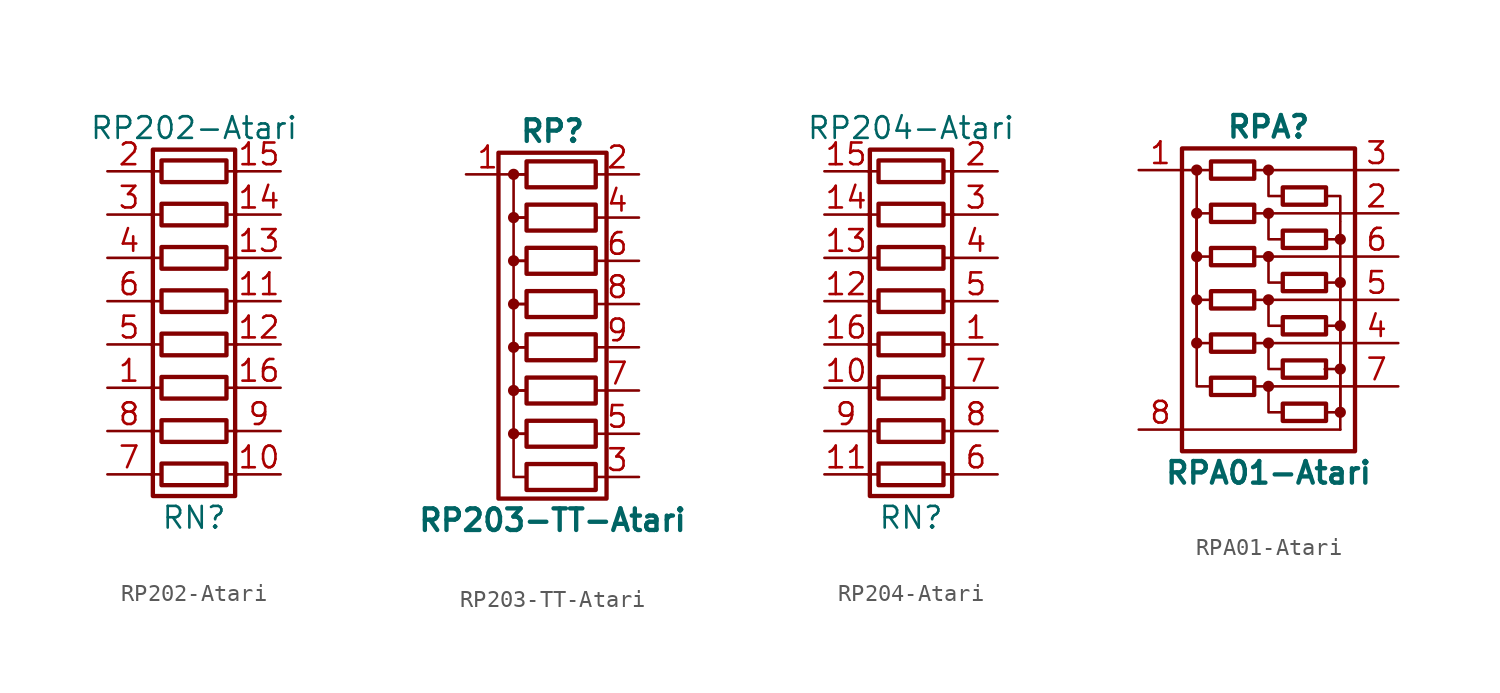
<source format=kicad_sym>
(kicad_symbol_lib
  (version 20231120)
  (generator "kicad_symbol_editor")
  (generator_version "8.0")
  (symbol "RP202-Atari"
    (pin_names
      (offset 0) hide)
    (property "Reference" "RN"
      (at 0 -11.43 0)
      (effects (font (size 1.27 1.27))))
    (property "Value" "RP202-Atari"
      (at 0 11.43 0)
      (effects (font (size 1.27 1.27))))
    (symbol "RP202-Atari_0_1"
      (rectangle (start -2.413 -10.16) (end 2.413 10.16) (stroke (width 0.254) (type solid)) (fill (type none)))
      (polyline (pts (xy -2.54 -8.89) (xy -1.905 -8.89)) (stroke (width 0) (type solid)) (fill (type none)))
      (polyline (pts (xy -2.54 -6.35) (xy -1.905 -6.35)) (stroke (width 0) (type solid)) (fill (type none)))
      (polyline (pts (xy -2.54 -3.81) (xy -1.905 -3.81)) (stroke (width 0) (type solid)) (fill (type none)))
      (polyline (pts (xy -2.54 -1.27) (xy -1.905 -1.27)) (stroke (width 0) (type solid)) (fill (type none)))
      (polyline (pts (xy -2.54 1.27) (xy -1.905 1.27)) (stroke (width 0) (type solid)) (fill (type none)))
      (polyline (pts (xy -2.54 3.81) (xy -1.905 3.81)) (stroke (width 0) (type solid)) (fill (type none)))
      (polyline (pts (xy -2.54 6.35) (xy -1.905 6.35)) (stroke (width 0) (type solid)) (fill (type none)))
      (polyline (pts (xy -2.54 8.89) (xy -1.905 8.89)) (stroke (width 0) (type solid)) (fill (type none)))
      (polyline (pts (xy 1.905 -8.89) (xy 2.54 -8.89)) (stroke (width 0) (type solid)) (fill (type none)))
      (polyline (pts (xy 1.905 -6.35) (xy 2.54 -6.35)) (stroke (width 0) (type solid)) (fill (type none)))
      (polyline (pts (xy 1.905 -3.81) (xy 2.54 -3.81)) (stroke (width 0) (type solid)) (fill (type none)))
      (polyline (pts (xy 1.905 -1.27) (xy 2.54 -1.27)) (stroke (width 0) (type solid)) (fill (type none)))
      (polyline (pts (xy 1.905 1.27) (xy 2.54 1.27)) (stroke (width 0) (type solid)) (fill (type none)))
      (polyline (pts (xy 1.905 3.81) (xy 2.54 3.81)) (stroke (width 0) (type solid)) (fill (type none)))
      (polyline (pts (xy 1.905 6.35) (xy 2.54 6.35)) (stroke (width 0) (type solid)) (fill (type none)))
      (polyline (pts (xy 1.905 8.89) (xy 2.54 8.89)) (stroke (width 0) (type solid)) (fill (type none)))
      (rectangle (start 1.905 -9.525) (end -1.905 -8.255) (stroke (width 0.254) (type solid)) (fill (type none)))
      (rectangle (start 1.905 -6.985) (end -1.905 -5.715) (stroke (width 0.254) (type solid)) (fill (type none)))
      (rectangle (start 1.905 -4.445) (end -1.905 -3.175) (stroke (width 0.254) (type solid)) (fill (type none)))
      (rectangle (start 1.905 -1.905) (end -1.905 -0.635) (stroke (width 0.254) (type solid)) (fill (type none)))
      (rectangle (start 1.905 0.635) (end -1.905 1.905) (stroke (width 0.254) (type solid)) (fill (type none)))
      (rectangle (start 1.905 3.175) (end -1.905 4.445) (stroke (width 0.254) (type solid)) (fill (type none)))
      (rectangle (start 1.905 5.715) (end -1.905 6.985) (stroke (width 0.254) (type solid)) (fill (type none)))
      (rectangle (start 1.905 8.255) (end -1.905 9.525) (stroke (width 0.254) (type solid)) (fill (type none))))
    (symbol "RP202-Atari_1_1"
      (pin passive line (at -5.08 -3.81 0) (length 2.54) (name "R3.1" (effects (font (size 1.27 1.27)))) (number "1" (effects (font (size 1.27 1.27)))))
      (pin passive line (at 5.08 -8.89 180) (length 2.54) (name "R1.2" (effects (font (size 1.27 1.27)))) (number "10" (effects (font (size 1.27 1.27)))))
      (pin passive line (at 5.08 1.27 180) (length 2.54) (name "R5.2" (effects (font (size 1.27 1.27)))) (number "11" (effects (font (size 1.27 1.27)))))
      (pin passive line (at 5.08 -1.27 180) (length 2.54) (name "R4.2" (effects (font (size 1.27 1.27)))) (number "12" (effects (font (size 1.27 1.27)))))
      (pin passive line (at 5.08 3.81 180) (length 2.54) (name "R6.2" (effects (font (size 1.27 1.27)))) (number "13" (effects (font (size 1.27 1.27)))))
      (pin passive line (at 5.08 6.35 180) (length 2.54) (name "R7.2" (effects (font (size 1.27 1.27)))) (number "14" (effects (font (size 1.27 1.27)))))
      (pin passive line (at 5.08 8.89 180) (length 2.54) (name "R8.2" (effects (font (size 1.27 1.27)))) (number "15" (effects (font (size 1.27 1.27)))))
      (pin passive line (at 5.08 -3.81 180) (length 2.54) (name "R3.2" (effects (font (size 1.27 1.27)))) (number "16" (effects (font (size 1.27 1.27)))))
      (pin passive line (at -5.08 8.89 0) (length 2.54) (name "R8.1" (effects (font (size 1.27 1.27)))) (number "2" (effects (font (size 1.27 1.27)))))
      (pin passive line (at -5.08 6.35 0) (length 2.54) (name "R7.1" (effects (font (size 1.27 1.27)))) (number "3" (effects (font (size 1.27 1.27)))))
      (pin passive line (at -5.08 3.81 0) (length 2.54) (name "R6.1" (effects (font (size 1.27 1.27)))) (number "4" (effects (font (size 1.27 1.27)))))
      (pin passive line (at -5.08 -1.27 0) (length 2.54) (name "R4.1" (effects (font (size 1.27 1.27)))) (number "5" (effects (font (size 1.27 1.27)))))
      (pin passive line (at -5.08 1.27 0) (length 2.54) (name "R5.1" (effects (font (size 1.27 1.27)))) (number "6" (effects (font (size 1.27 1.27)))))
      (pin passive line (at -5.08 -8.89 0) (length 2.54) (name "R1.1" (effects (font (size 1.27 1.27)))) (number "7" (effects (font (size 1.27 1.27)))))
      (pin passive line (at -5.08 -6.35 0) (length 2.54) (name "R2.1" (effects (font (size 1.27 1.27)))) (number "8" (effects (font (size 1.27 1.27)))))
      (pin passive line (at 5.08 -6.35 180) (length 2.54) (name "R2.2" (effects (font (size 1.27 1.27)))) (number "9" (effects (font (size 1.27 1.27)))))))
  (symbol "RP203-TT-Atari"
    (pin_names
      (offset 0) hide)
    (property "Reference" "RP"
      (at -1.27 11.43 0)
      (effects (font (size 1.27 1.27) (bold yes))))
    (property "Value" "RP203-TT-Atari"
      (at -1.27 -11.43 0)
      (effects (font (size 1.27 1.27) (bold yes))))
    (symbol "RP203-TT-Atari_0_1"
      (circle (center -3.556 -6.35) (radius 0.254) (stroke (width 0) (type solid)) (fill (type outline)))
      (circle (center -3.556 -3.81) (radius 0.254) (stroke (width 0) (type solid)) (fill (type outline)))
      (circle (center -3.556 -1.27) (radius 0.254) (stroke (width 0) (type solid)) (fill (type outline)))
      (circle (center -3.556 1.27) (radius 0.254) (stroke (width 0) (type solid)) (fill (type outline)))
      (circle (center -3.556 3.81) (radius 0.254) (stroke (width 0) (type solid)) (fill (type outline)))
      (circle (center -3.556 6.35) (radius 0.254) (stroke (width 0) (type solid)) (fill (type outline)))
      (circle (center -3.556 8.89) (radius 0.254) (stroke (width 0) (type solid)) (fill (type outline)))
      (rectangle (start -2.794 -8.128) (end 1.27 -9.652) (stroke (width 0.254) (type solid)) (fill (type none)))
      (rectangle (start -2.794 -5.588) (end 1.27 -7.112) (stroke (width 0.254) (type solid)) (fill (type none)))
      (rectangle (start -2.794 -3.048) (end 1.27 -4.572) (stroke (width 0.254) (type solid)) (fill (type none)))
      (rectangle (start -2.794 -0.508) (end 1.27 -2.032) (stroke (width 0.254) (type solid)) (fill (type none)))
      (rectangle (start -2.794 2.032) (end 1.27 0.508) (stroke (width 0.254) (type solid)) (fill (type none)))
      (rectangle (start -2.794 4.572) (end 1.27 3.048) (stroke (width 0.254) (type solid)) (fill (type none)))
      (rectangle (start -2.794 7.112) (end 1.27 5.588) (stroke (width 0.254) (type solid)) (fill (type none)))
      (rectangle (start -2.794 9.652) (end 1.27 8.128) (stroke (width 0.254) (type solid)) (fill (type none)))
      (polyline (pts (xy -3.81 8.89) (xy -2.794 8.89)) (stroke (width 0) (type solid)) (fill (type none)))
      (polyline (pts (xy -2.794 -6.35) (xy -3.556 -6.35) (xy -3.556 -8.89) (xy -2.794 -8.89)) (stroke (width 0) (type solid)) (fill (type none)))
      (polyline (pts (xy -2.794 -3.81) (xy -3.556 -3.81) (xy -3.556 -6.35) (xy -2.794 -6.35)) (stroke (width 0) (type solid)) (fill (type none)))
      (polyline (pts (xy -2.794 -1.27) (xy -3.556 -1.27) (xy -3.556 -3.81) (xy -2.794 -3.81)) (stroke (width 0) (type solid)) (fill (type none)))
      (polyline (pts (xy -2.794 1.27) (xy -3.556 1.27) (xy -3.556 -1.27) (xy -2.794 -1.27)) (stroke (width 0) (type solid)) (fill (type none)))
      (polyline (pts (xy -2.794 3.81) (xy -3.556 3.81) (xy -3.556 1.27) (xy -2.794 1.27)) (stroke (width 0) (type solid)) (fill (type none)))
      (polyline (pts (xy -2.794 6.35) (xy -3.556 6.35) (xy -3.556 3.81) (xy -2.794 3.81)) (stroke (width 0) (type solid)) (fill (type none)))
      (polyline (pts (xy -2.794 8.89) (xy -3.556 8.89) (xy -3.556 6.35) (xy -2.794 6.35)) (stroke (width 0) (type solid)) (fill (type none)))
      (rectangle (start 1.905 10.16) (end -4.445 -10.16) (stroke (width 0.254) (type solid)) (fill (type none))))
    (symbol "RP203-TT-Atari_1_1"
      (pin passive line (at -6.35 8.89 0) (length 2.54) (name "common" (effects (font (size 1.27 1.27)))) (number "1" (effects (font (size 1.27 1.27)))))
      (pin passive line (at 3.81 8.89 180) (length 2.54) (name "R1" (effects (font (size 1.27 1.27)))) (number "2" (effects (font (size 1.27 1.27)))))
      (pin passive line (at 3.81 -8.89 180) (length 2.54) (name "R8" (effects (font (size 1.27 1.27)))) (number "3" (effects (font (size 1.27 1.27)))))
      (pin passive line (at 3.81 6.35 180) (length 2.54) (name "R2" (effects (font (size 1.27 1.27)))) (number "4" (effects (font (size 1.27 1.27)))))
      (pin passive line (at 3.81 -6.35 180) (length 2.54) (name "R7" (effects (font (size 1.27 1.27)))) (number "5" (effects (font (size 1.27 1.27)))))
      (pin passive line (at 3.81 3.81 180) (length 2.54) (name "R3" (effects (font (size 1.27 1.27)))) (number "6" (effects (font (size 1.27 1.27)))))
      (pin passive line (at 3.81 -3.81 180) (length 2.54) (name "R6" (effects (font (size 1.27 1.27)))) (number "7" (effects (font (size 1.27 1.27)))))
      (pin passive line (at 3.81 1.27 180) (length 2.54) (name "R4" (effects (font (size 1.27 1.27)))) (number "8" (effects (font (size 1.27 1.27)))))
      (pin passive line (at 3.81 -1.27 180) (length 2.54) (name "R5" (effects (font (size 1.27 1.27)))) (number "9" (effects (font (size 1.27 1.27)))))))
  (symbol "RP204-Atari"
    (pin_names
      (offset 0) hide)
    (property "Reference" "RN"
      (at 0 -11.43 0)
      (effects (font (size 1.27 1.27))))
    (property "Value" "RP204-Atari"
      (at 0 11.43 0)
      (effects (font (size 1.27 1.27))))
    (symbol "RP204-Atari_0_1"
      (rectangle (start -1.905 -9.525) (end 1.905 -8.255) (stroke (width 0.254) (type solid)) (fill (type none)))
      (rectangle (start -1.905 -6.985) (end 1.905 -5.715) (stroke (width 0.254) (type solid)) (fill (type none)))
      (rectangle (start -1.905 -4.445) (end 1.905 -3.175) (stroke (width 0.254) (type solid)) (fill (type none)))
      (rectangle (start -1.905 -1.905) (end 1.905 -0.635) (stroke (width 0.254) (type solid)) (fill (type none)))
      (rectangle (start -1.905 0.635) (end 1.905 1.905) (stroke (width 0.254) (type solid)) (fill (type none)))
      (rectangle (start -1.905 3.175) (end 1.905 4.445) (stroke (width 0.254) (type solid)) (fill (type none)))
      (rectangle (start -1.905 5.715) (end 1.905 6.985) (stroke (width 0.254) (type solid)) (fill (type none)))
      (rectangle (start -1.905 8.255) (end 1.905 9.525) (stroke (width 0.254) (type solid)) (fill (type none)))
      (polyline (pts (xy -1.905 -8.89) (xy -2.54 -8.89)) (stroke (width 0) (type solid)) (fill (type none)))
      (polyline (pts (xy -1.905 -6.35) (xy -2.54 -6.35)) (stroke (width 0) (type solid)) (fill (type none)))
      (polyline (pts (xy -1.905 -3.81) (xy -2.54 -3.81)) (stroke (width 0) (type solid)) (fill (type none)))
      (polyline (pts (xy -1.905 -1.27) (xy -2.54 -1.27)) (stroke (width 0) (type solid)) (fill (type none)))
      (polyline (pts (xy -1.905 1.27) (xy -2.54 1.27)) (stroke (width 0) (type solid)) (fill (type none)))
      (polyline (pts (xy -1.905 3.81) (xy -2.54 3.81)) (stroke (width 0) (type solid)) (fill (type none)))
      (polyline (pts (xy -1.905 6.35) (xy -2.54 6.35)) (stroke (width 0) (type solid)) (fill (type none)))
      (polyline (pts (xy -1.905 8.89) (xy -2.54 8.89)) (stroke (width 0) (type solid)) (fill (type none)))
      (polyline (pts (xy 2.54 -8.89) (xy 1.905 -8.89)) (stroke (width 0) (type solid)) (fill (type none)))
      (polyline (pts (xy 2.54 -6.35) (xy 1.905 -6.35)) (stroke (width 0) (type solid)) (fill (type none)))
      (polyline (pts (xy 2.54 -3.81) (xy 1.905 -3.81)) (stroke (width 0) (type solid)) (fill (type none)))
      (polyline (pts (xy 2.54 -1.27) (xy 1.905 -1.27)) (stroke (width 0) (type solid)) (fill (type none)))
      (polyline (pts (xy 2.54 1.27) (xy 1.905 1.27)) (stroke (width 0) (type solid)) (fill (type none)))
      (polyline (pts (xy 2.54 3.81) (xy 1.905 3.81)) (stroke (width 0) (type solid)) (fill (type none)))
      (polyline (pts (xy 2.54 6.35) (xy 1.905 6.35)) (stroke (width 0) (type solid)) (fill (type none)))
      (polyline (pts (xy 2.54 8.89) (xy 1.905 8.89)) (stroke (width 0) (type solid)) (fill (type none)))
      (rectangle (start 2.413 -10.16) (end -2.413 10.16) (stroke (width 0.254) (type solid)) (fill (type none))))
    (symbol "RP204-Atari_1_1"
      (pin passive line (at 5.08 -1.27 180) (length 2.54) (name "R4.1" (effects (font (size 1.27 1.27)))) (number "1" (effects (font (size 1.27 1.27)))))
      (pin passive line (at -5.08 -3.81 0) (length 2.54) (name "R1.2" (effects (font (size 1.27 1.27)))) (number "10" (effects (font (size 1.27 1.27)))))
      (pin passive line (at -5.08 -8.89 0) (length 2.54) (name "R5.2" (effects (font (size 1.27 1.27)))) (number "11" (effects (font (size 1.27 1.27)))))
      (pin passive line (at -5.08 1.27 0) (length 2.54) (name "R4.2" (effects (font (size 1.27 1.27)))) (number "12" (effects (font (size 1.27 1.27)))))
      (pin passive line (at -5.08 3.81 0) (length 2.54) (name "R6.2" (effects (font (size 1.27 1.27)))) (number "13" (effects (font (size 1.27 1.27)))))
      (pin passive line (at -5.08 6.35 0) (length 2.54) (name "R7.2" (effects (font (size 1.27 1.27)))) (number "14" (effects (font (size 1.27 1.27)))))
      (pin passive line (at -5.08 8.89 0) (length 2.54) (name "R8.2" (effects (font (size 1.27 1.27)))) (number "15" (effects (font (size 1.27 1.27)))))
      (pin passive line (at -5.08 -1.27 0) (length 2.54) (name "R3.2" (effects (font (size 1.27 1.27)))) (number "16" (effects (font (size 1.27 1.27)))))
      (pin passive line (at 5.08 8.89 180) (length 2.54) (name "R8.1" (effects (font (size 1.27 1.27)))) (number "2" (effects (font (size 1.27 1.27)))))
      (pin passive line (at 5.08 6.35 180) (length 2.54) (name "R7.1" (effects (font (size 1.27 1.27)))) (number "3" (effects (font (size 1.27 1.27)))))
      (pin passive line (at 5.08 3.81 180) (length 2.54) (name "R6.1" (effects (font (size 1.27 1.27)))) (number "4" (effects (font (size 1.27 1.27)))))
      (pin passive line (at 5.08 1.27 180) (length 2.54) (name "R5.1" (effects (font (size 1.27 1.27)))) (number "5" (effects (font (size 1.27 1.27)))))
      (pin passive line (at 5.08 -8.89 180) (length 2.54) (name "R1.1" (effects (font (size 1.27 1.27)))) (number "6" (effects (font (size 1.27 1.27)))))
      (pin passive line (at 5.08 -3.81 180) (length 2.54) (name "R3.1" (effects (font (size 1.27 1.27)))) (number "7" (effects (font (size 1.27 1.27)))))
      (pin passive line (at 5.08 -6.35 180) (length 2.54) (name "R2.1" (effects (font (size 1.27 1.27)))) (number "8" (effects (font (size 1.27 1.27)))))
      (pin passive line (at -5.08 -6.35 0) (length 2.54) (name "R2.2" (effects (font (size 1.27 1.27)))) (number "9" (effects (font (size 1.27 1.27)))))))
  (symbol "RPA01-Atari"
    (pin_names
      (offset 0) hide)
    (property "Reference" "RPA"
      (at 0 10.16 0)
      (effects (font (size 1.27 1.27) (bold yes))))
    (property "Value" "RPA01-Atari"
      (at 0 -10.16 0)
      (effects (font (size 1.27 1.27) (bold yes))))
    (symbol "RPA01-Atari_0_1"
      (circle (center -4.216 -2.54) (radius 0.254) (stroke (width 0) (type solid)) (fill (type outline)))
      (circle (center -4.216 0) (radius 0.254) (stroke (width 0) (type solid)) (fill (type outline)))
      (circle (center -4.216 2.54) (radius 0.254) (stroke (width 0) (type solid)) (fill (type outline)))
      (circle (center -4.216 5.08) (radius 0.254) (stroke (width 0) (type solid)) (fill (type outline)))
      (circle (center -4.216 7.62) (radius 0.254) (stroke (width 0) (type solid)) (fill (type outline)))
      (rectangle (start -3.378 -4.572) (end -0.838 -5.588) (stroke (width 0.254) (type solid)) (fill (type none)))
      (rectangle (start -3.378 -2.032) (end -0.838 -3.048) (stroke (width 0.254) (type solid)) (fill (type none)))
      (rectangle (start -3.378 0.508) (end -0.838 -0.508) (stroke (width 0.254) (type solid)) (fill (type none)))
      (rectangle (start -3.378 3.048) (end -0.838 2.032) (stroke (width 0.254) (type solid)) (fill (type none)))
      (rectangle (start -3.378 5.588) (end -0.838 4.572) (stroke (width 0.254) (type solid)) (fill (type none)))
      (rectangle (start -3.378 8.128) (end -0.838 7.112) (stroke (width 0.254) (type solid)) (fill (type none)))
      (circle (center 0 -5.08) (radius 0.254) (stroke (width 0) (type solid)) (fill (type outline)))
      (circle (center 0 -2.54) (radius 0.254) (stroke (width 0) (type solid)) (fill (type outline)))
      (polyline (pts (xy -5.08 7.62) (xy -3.378 7.62)) (stroke (width 0) (type solid)) (fill (type none)))
      (polyline (pts (xy 3.302 -4.064) (xy 4.318 -4.064)) (stroke (width 0) (type solid)) (fill (type none)))
      (polyline (pts (xy 3.404 3.556) (xy 4.166 3.556)) (stroke (width 0) (type solid)) (fill (type none)))
      (polyline (pts (xy 4.216 -7.62) (xy -5.08 -7.62)) (stroke (width 0) (type solid)) (fill (type none)))
      (polyline (pts (xy 5.08 -5.08) (xy -0.838 -5.08)) (stroke (width 0) (type solid)) (fill (type none)))
      (polyline (pts (xy 5.08 -2.54) (xy -0.838 -2.54)) (stroke (width 0) (type solid)) (fill (type none)))
      (polyline (pts (xy 5.08 0) (xy -0.838 0)) (stroke (width 0) (type solid)) (fill (type none)))
      (polyline (pts (xy 5.08 2.54) (xy -0.838 2.54)) (stroke (width 0) (type solid)) (fill (type none)))
      (polyline (pts (xy 5.08 5.08) (xy -0.838 5.08)) (stroke (width 0) (type solid)) (fill (type none)))
      (polyline (pts (xy 5.08 7.62) (xy -0.838 7.62)) (stroke (width 0) (type solid)) (fill (type none)))
      (polyline (pts (xy -4.216 0) (xy -4.216 -5.08) (xy -3.378 -5.08)) (stroke (width 0) (type solid)) (fill (type none)))
      (polyline (pts (xy -4.216 0) (xy -4.216 5.08) (xy -3.378 5.08)) (stroke (width 0) (type solid)) (fill (type none)))
      (polyline (pts (xy -4.216 2.54) (xy -4.216 -2.54) (xy -3.378 -2.54)) (stroke (width 0) (type solid)) (fill (type none)))
      (polyline (pts (xy -4.216 5.08) (xy -4.216 0) (xy -3.378 0)) (stroke (width 0) (type solid)) (fill (type none)))
      (polyline (pts (xy -4.216 7.62) (xy -4.216 2.54) (xy -3.378 2.54)) (stroke (width 0) (type solid)) (fill (type none)))
      (polyline (pts (xy 0 -5.08) (xy 0 -6.604) (xy 0.838 -6.604)) (stroke (width 0) (type solid)) (fill (type none)))
      (polyline (pts (xy 0 -2.54) (xy 0 -4.064) (xy 0.838 -4.064)) (stroke (width 0) (type solid)) (fill (type none)))
      (polyline (pts (xy 0 0) (xy 0 -1.524) (xy 0.838 -1.524)) (stroke (width 0) (type solid)) (fill (type none)))
      (polyline (pts (xy 0 2.54) (xy 0 1.016) (xy 0.838 1.016)) (stroke (width 0) (type solid)) (fill (type none)))
      (polyline (pts (xy 0 5.08) (xy 0 3.556) (xy 0.838 3.556)) (stroke (width 0) (type solid)) (fill (type none)))
      (polyline (pts (xy 0 7.62) (xy 0 6.096) (xy 0.838 6.096)) (stroke (width 0) (type solid)) (fill (type none)))
      (polyline (pts (xy 3.378 -6.604) (xy 4.216 -6.604) (xy 4.216 4.572)) (stroke (width 0) (type solid)) (fill (type none)))
      (polyline (pts (xy 3.378 -1.524) (xy 4.216 -1.524) (xy 4.216 -7.62)) (stroke (width 0) (type solid)) (fill (type none)))
      (polyline (pts (xy 3.378 1.016) (xy 4.216 1.016) (xy 4.216 0)) (stroke (width 0) (type solid)) (fill (type none)))
      (polyline (pts (xy 3.505 6.096) (xy 4.216 6.096) (xy 4.216 4.623)) (stroke (width 0) (type solid)) (fill (type none)))
      (circle (center 0 0) (radius 0.254) (stroke (width 0) (type solid)) (fill (type outline)))
      (circle (center 0 2.54) (radius 0.254) (stroke (width 0) (type solid)) (fill (type outline)))
      (circle (center 0 5.08) (radius 0.254) (stroke (width 0) (type solid)) (fill (type outline)))
      (circle (center 0 7.62) (radius 0.254) (stroke (width 0) (type solid)) (fill (type outline)))
      (rectangle (start 3.378 -6.096) (end 0.838 -7.112) (stroke (width 0.254) (type solid)) (fill (type none)))
      (rectangle (start 3.378 -3.556) (end 0.838 -4.572) (stroke (width 0.254) (type solid)) (fill (type none)))
      (rectangle (start 3.378 -1.016) (end 0.838 -2.032) (stroke (width 0.254) (type solid)) (fill (type none)))
      (rectangle (start 3.378 1.524) (end 0.838 0.508) (stroke (width 0.254) (type solid)) (fill (type none)))
      (rectangle (start 3.378 4.064) (end 0.838 3.048) (stroke (width 0.254) (type solid)) (fill (type none)))
      (rectangle (start 3.378 6.604) (end 0.838 5.588) (stroke (width 0.254) (type solid)) (fill (type none)))
      (circle (center 4.216 -6.604) (radius 0.254) (stroke (width 0) (type solid)) (fill (type outline)))
      (circle (center 4.216 -4.064) (radius 0.254) (stroke (width 0) (type solid)) (fill (type outline)))
      (circle (center 4.216 -1.524) (radius 0.254) (stroke (width 0) (type solid)) (fill (type outline)))
      (circle (center 4.216 1.016) (radius 0.254) (stroke (width 0) (type solid)) (fill (type outline)))
      (circle (center 4.216 3.556) (radius 0.254) (stroke (width 0) (type solid)) (fill (type outline)))
      (rectangle (start 5.08 8.89) (end -5.08 -8.89) (stroke (width 0.254) (type solid)) (fill (type none))))
    (symbol "RPA01-Atari_1_1"
      (pin passive line (at -7.62 7.62 0) (length 2.54) (name "COM1" (effects (font (size 1.27 1.27)))) (number "1" (effects (font (size 1.27 1.27)))))
      (pin passive line (at 7.62 5.08 180) (length 2.54) (name "R1" (effects (font (size 1.27 1.27)))) (number "2" (effects (font (size 1.27 1.27)))))
      (pin passive line (at 7.62 7.62 180) (length 2.54) (name "R2" (effects (font (size 1.27 1.27)))) (number "3" (effects (font (size 1.27 1.27)))))
      (pin passive line (at 7.62 -2.54 180) (length 2.54) (name "R3" (effects (font (size 1.27 1.27)))) (number "4" (effects (font (size 1.27 1.27)))))
      (pin passive line (at 7.62 0 180) (length 2.54) (name "R4" (effects (font (size 1.27 1.27)))) (number "5" (effects (font (size 1.27 1.27)))))
      (pin passive line (at 7.62 2.54 180) (length 2.54) (name "R5" (effects (font (size 1.27 1.27)))) (number "6" (effects (font (size 1.27 1.27)))))
      (pin passive line (at 7.62 -5.08 180) (length 2.54) (name "R6" (effects (font (size 1.27 1.27)))) (number "7" (effects (font (size 1.27 1.27)))))
      (pin passive line (at -7.62 -7.62 0) (length 2.54) (name "COM2" (effects (font (size 1.27 1.27)))) (number "8" (effects (font (size 1.27 1.27))))))))
</source>
